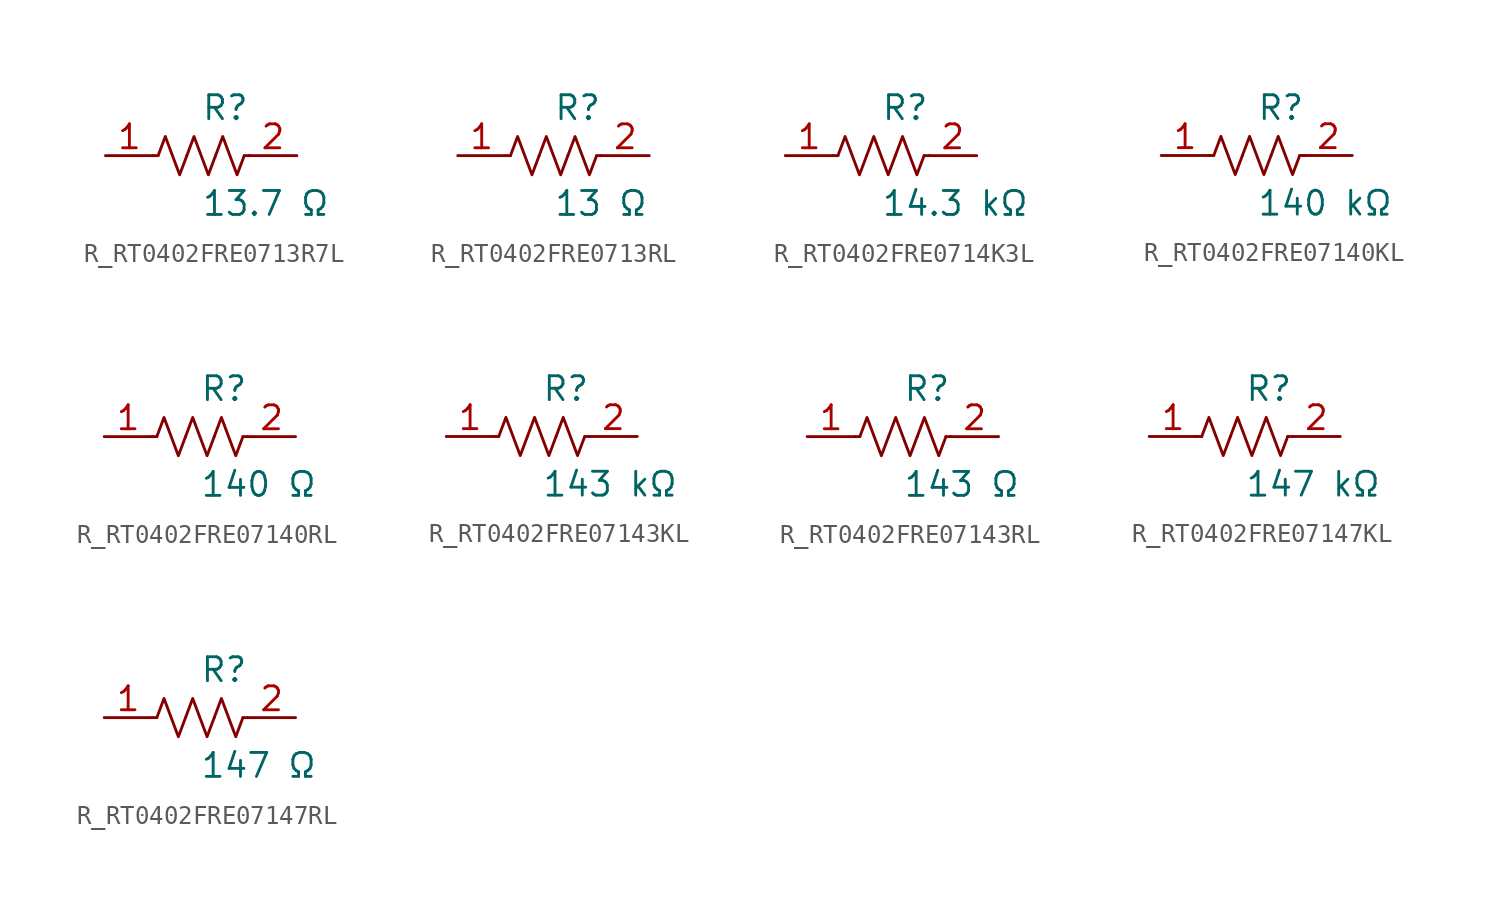
<source format=kicad_sym>
(kicad_symbol_lib
  (version 20231120)
  (generator kicad_symbol_editor)
  (generator_version 8.0)
  (symbol "R_RT0402FRE0713R7L"
    (pin_names
      (offset 0.254))
    (property "Reference" "R"
      (at 0.0 2.54 0)
      (effects (font (size 1.27 1.27)) (justify left)))
    (property "Value" "13.7 Ω"
      (at 0.0 -2.54 0)
      (effects (font (size 1.27 1.27)) (justify left)))
    (symbol "R_RT0402FRE0713R7L_0_1"
      (polyline (pts (xy 2.286 0) (xy 2.54 0)) (stroke (width 0) (type default)) (fill (type none)))
      (polyline (pts (xy -2.286 0) (xy -2.54 0)) (stroke (width 0) (type default)) (fill (type none)))
      (polyline (pts (xy 0.762 0) (xy 1.143 1.016) (xy 1.524 0) (xy 1.905 -1.016) (xy 2.286 0)) (stroke (width 0) (type default)) (fill (type none)))
      (polyline (pts (xy -0.762 0) (xy -0.381 1.016) (xy 0 0) (xy 0.381 -1.016) (xy 0.762 0)) (stroke (width 0) (type default)) (fill (type none)))
      (polyline (pts (xy -2.286 0) (xy -1.905 1.016) (xy -1.524 0) (xy -1.143 -1.016) (xy -0.762 0)) (stroke (width 0) (type default)) (fill (type none))))
    (pin unspecified line
      (at -5.08 0 0)
      (length 2.54)
      (name "" (effects (font (size 1.27 1.27))))
      (number "1" (effects (font (size 1.27 1.27)))))
    (pin unspecified line
      (at 5.08 0 180)
      (length 2.54)
      (name "" (effects (font (size 1.27 1.27))))
      (number "2" (effects (font (size 1.27 1.27))))))
  (symbol "R_RT0402FRE0713RL"
    (pin_names
      (offset 0.254))
    (property "Reference" "R"
      (at 0.0 2.54 0)
      (effects (font (size 1.27 1.27)) (justify left)))
    (property "Value" "13 Ω"
      (at 0.0 -2.54 0)
      (effects (font (size 1.27 1.27)) (justify left)))
    (symbol "R_RT0402FRE0713RL_0_1"
      (polyline (pts (xy 2.286 0) (xy 2.54 0)) (stroke (width 0) (type default)) (fill (type none)))
      (polyline (pts (xy -2.286 0) (xy -2.54 0)) (stroke (width 0) (type default)) (fill (type none)))
      (polyline (pts (xy 0.762 0) (xy 1.143 1.016) (xy 1.524 0) (xy 1.905 -1.016) (xy 2.286 0)) (stroke (width 0) (type default)) (fill (type none)))
      (polyline (pts (xy -0.762 0) (xy -0.381 1.016) (xy 0 0) (xy 0.381 -1.016) (xy 0.762 0)) (stroke (width 0) (type default)) (fill (type none)))
      (polyline (pts (xy -2.286 0) (xy -1.905 1.016) (xy -1.524 0) (xy -1.143 -1.016) (xy -0.762 0)) (stroke (width 0) (type default)) (fill (type none))))
    (pin unspecified line
      (at -5.08 0 0)
      (length 2.54)
      (name "" (effects (font (size 1.27 1.27))))
      (number "1" (effects (font (size 1.27 1.27)))))
    (pin unspecified line
      (at 5.08 0 180)
      (length 2.54)
      (name "" (effects (font (size 1.27 1.27))))
      (number "2" (effects (font (size 1.27 1.27))))))
  (symbol "R_RT0402FRE0714K3L"
    (pin_names
      (offset 0.254))
    (property "Reference" "R"
      (at 0.0 2.54 0)
      (effects (font (size 1.27 1.27)) (justify left)))
    (property "Value" "14.3 kΩ"
      (at 0.0 -2.54 0)
      (effects (font (size 1.27 1.27)) (justify left)))
    (symbol "R_RT0402FRE0714K3L_0_1"
      (polyline (pts (xy 2.286 0) (xy 2.54 0)) (stroke (width 0) (type default)) (fill (type none)))
      (polyline (pts (xy -2.286 0) (xy -2.54 0)) (stroke (width 0) (type default)) (fill (type none)))
      (polyline (pts (xy 0.762 0) (xy 1.143 1.016) (xy 1.524 0) (xy 1.905 -1.016) (xy 2.286 0)) (stroke (width 0) (type default)) (fill (type none)))
      (polyline (pts (xy -0.762 0) (xy -0.381 1.016) (xy 0 0) (xy 0.381 -1.016) (xy 0.762 0)) (stroke (width 0) (type default)) (fill (type none)))
      (polyline (pts (xy -2.286 0) (xy -1.905 1.016) (xy -1.524 0) (xy -1.143 -1.016) (xy -0.762 0)) (stroke (width 0) (type default)) (fill (type none))))
    (pin unspecified line
      (at -5.08 0 0)
      (length 2.54)
      (name "" (effects (font (size 1.27 1.27))))
      (number "1" (effects (font (size 1.27 1.27)))))
    (pin unspecified line
      (at 5.08 0 180)
      (length 2.54)
      (name "" (effects (font (size 1.27 1.27))))
      (number "2" (effects (font (size 1.27 1.27))))))
  (symbol "R_RT0402FRE07140KL"
    (pin_names
      (offset 0.254))
    (property "Reference" "R"
      (at 0.0 2.54 0)
      (effects (font (size 1.27 1.27)) (justify left)))
    (property "Value" "140 kΩ"
      (at 0.0 -2.54 0)
      (effects (font (size 1.27 1.27)) (justify left)))
    (symbol "R_RT0402FRE07140KL_0_1"
      (polyline (pts (xy 2.286 0) (xy 2.54 0)) (stroke (width 0) (type default)) (fill (type none)))
      (polyline (pts (xy -2.286 0) (xy -2.54 0)) (stroke (width 0) (type default)) (fill (type none)))
      (polyline (pts (xy 0.762 0) (xy 1.143 1.016) (xy 1.524 0) (xy 1.905 -1.016) (xy 2.286 0)) (stroke (width 0) (type default)) (fill (type none)))
      (polyline (pts (xy -0.762 0) (xy -0.381 1.016) (xy 0 0) (xy 0.381 -1.016) (xy 0.762 0)) (stroke (width 0) (type default)) (fill (type none)))
      (polyline (pts (xy -2.286 0) (xy -1.905 1.016) (xy -1.524 0) (xy -1.143 -1.016) (xy -0.762 0)) (stroke (width 0) (type default)) (fill (type none))))
    (pin unspecified line
      (at -5.08 0 0)
      (length 2.54)
      (name "" (effects (font (size 1.27 1.27))))
      (number "1" (effects (font (size 1.27 1.27)))))
    (pin unspecified line
      (at 5.08 0 180)
      (length 2.54)
      (name "" (effects (font (size 1.27 1.27))))
      (number "2" (effects (font (size 1.27 1.27))))))
  (symbol "R_RT0402FRE07140RL"
    (pin_names
      (offset 0.254))
    (property "Reference" "R"
      (at 0.0 2.54 0)
      (effects (font (size 1.27 1.27)) (justify left)))
    (property "Value" "140 Ω"
      (at 0.0 -2.54 0)
      (effects (font (size 1.27 1.27)) (justify left)))
    (symbol "R_RT0402FRE07140RL_0_1"
      (polyline (pts (xy 2.286 0) (xy 2.54 0)) (stroke (width 0) (type default)) (fill (type none)))
      (polyline (pts (xy -2.286 0) (xy -2.54 0)) (stroke (width 0) (type default)) (fill (type none)))
      (polyline (pts (xy 0.762 0) (xy 1.143 1.016) (xy 1.524 0) (xy 1.905 -1.016) (xy 2.286 0)) (stroke (width 0) (type default)) (fill (type none)))
      (polyline (pts (xy -0.762 0) (xy -0.381 1.016) (xy 0 0) (xy 0.381 -1.016) (xy 0.762 0)) (stroke (width 0) (type default)) (fill (type none)))
      (polyline (pts (xy -2.286 0) (xy -1.905 1.016) (xy -1.524 0) (xy -1.143 -1.016) (xy -0.762 0)) (stroke (width 0) (type default)) (fill (type none))))
    (pin unspecified line
      (at -5.08 0 0)
      (length 2.54)
      (name "" (effects (font (size 1.27 1.27))))
      (number "1" (effects (font (size 1.27 1.27)))))
    (pin unspecified line
      (at 5.08 0 180)
      (length 2.54)
      (name "" (effects (font (size 1.27 1.27))))
      (number "2" (effects (font (size 1.27 1.27))))))
  (symbol "R_RT0402FRE07143KL"
    (pin_names
      (offset 0.254))
    (property "Reference" "R"
      (at 0.0 2.54 0)
      (effects (font (size 1.27 1.27)) (justify left)))
    (property "Value" "143 kΩ"
      (at 0.0 -2.54 0)
      (effects (font (size 1.27 1.27)) (justify left)))
    (symbol "R_RT0402FRE07143KL_0_1"
      (polyline (pts (xy 2.286 0) (xy 2.54 0)) (stroke (width 0) (type default)) (fill (type none)))
      (polyline (pts (xy -2.286 0) (xy -2.54 0)) (stroke (width 0) (type default)) (fill (type none)))
      (polyline (pts (xy 0.762 0) (xy 1.143 1.016) (xy 1.524 0) (xy 1.905 -1.016) (xy 2.286 0)) (stroke (width 0) (type default)) (fill (type none)))
      (polyline (pts (xy -0.762 0) (xy -0.381 1.016) (xy 0 0) (xy 0.381 -1.016) (xy 0.762 0)) (stroke (width 0) (type default)) (fill (type none)))
      (polyline (pts (xy -2.286 0) (xy -1.905 1.016) (xy -1.524 0) (xy -1.143 -1.016) (xy -0.762 0)) (stroke (width 0) (type default)) (fill (type none))))
    (pin unspecified line
      (at -5.08 0 0)
      (length 2.54)
      (name "" (effects (font (size 1.27 1.27))))
      (number "1" (effects (font (size 1.27 1.27)))))
    (pin unspecified line
      (at 5.08 0 180)
      (length 2.54)
      (name "" (effects (font (size 1.27 1.27))))
      (number "2" (effects (font (size 1.27 1.27))))))
  (symbol "R_RT0402FRE07143RL"
    (pin_names
      (offset 0.254))
    (property "Reference" "R"
      (at 0.0 2.54 0)
      (effects (font (size 1.27 1.27)) (justify left)))
    (property "Value" "143 Ω"
      (at 0.0 -2.54 0)
      (effects (font (size 1.27 1.27)) (justify left)))
    (symbol "R_RT0402FRE07143RL_0_1"
      (polyline (pts (xy 2.286 0) (xy 2.54 0)) (stroke (width 0) (type default)) (fill (type none)))
      (polyline (pts (xy -2.286 0) (xy -2.54 0)) (stroke (width 0) (type default)) (fill (type none)))
      (polyline (pts (xy 0.762 0) (xy 1.143 1.016) (xy 1.524 0) (xy 1.905 -1.016) (xy 2.286 0)) (stroke (width 0) (type default)) (fill (type none)))
      (polyline (pts (xy -0.762 0) (xy -0.381 1.016) (xy 0 0) (xy 0.381 -1.016) (xy 0.762 0)) (stroke (width 0) (type default)) (fill (type none)))
      (polyline (pts (xy -2.286 0) (xy -1.905 1.016) (xy -1.524 0) (xy -1.143 -1.016) (xy -0.762 0)) (stroke (width 0) (type default)) (fill (type none))))
    (pin unspecified line
      (at -5.08 0 0)
      (length 2.54)
      (name "" (effects (font (size 1.27 1.27))))
      (number "1" (effects (font (size 1.27 1.27)))))
    (pin unspecified line
      (at 5.08 0 180)
      (length 2.54)
      (name "" (effects (font (size 1.27 1.27))))
      (number "2" (effects (font (size 1.27 1.27))))))
  (symbol "R_RT0402FRE07147KL"
    (pin_names
      (offset 0.254))
    (property "Reference" "R"
      (at 0.0 2.54 0)
      (effects (font (size 1.27 1.27)) (justify left)))
    (property "Value" "147 kΩ"
      (at 0.0 -2.54 0)
      (effects (font (size 1.27 1.27)) (justify left)))
    (symbol "R_RT0402FRE07147KL_0_1"
      (polyline (pts (xy 2.286 0) (xy 2.54 0)) (stroke (width 0) (type default)) (fill (type none)))
      (polyline (pts (xy -2.286 0) (xy -2.54 0)) (stroke (width 0) (type default)) (fill (type none)))
      (polyline (pts (xy 0.762 0) (xy 1.143 1.016) (xy 1.524 0) (xy 1.905 -1.016) (xy 2.286 0)) (stroke (width 0) (type default)) (fill (type none)))
      (polyline (pts (xy -0.762 0) (xy -0.381 1.016) (xy 0 0) (xy 0.381 -1.016) (xy 0.762 0)) (stroke (width 0) (type default)) (fill (type none)))
      (polyline (pts (xy -2.286 0) (xy -1.905 1.016) (xy -1.524 0) (xy -1.143 -1.016) (xy -0.762 0)) (stroke (width 0) (type default)) (fill (type none))))
    (pin unspecified line
      (at -5.08 0 0)
      (length 2.54)
      (name "" (effects (font (size 1.27 1.27))))
      (number "1" (effects (font (size 1.27 1.27)))))
    (pin unspecified line
      (at 5.08 0 180)
      (length 2.54)
      (name "" (effects (font (size 1.27 1.27))))
      (number "2" (effects (font (size 1.27 1.27))))))
  (symbol "R_RT0402FRE07147RL"
    (pin_names
      (offset 0.254))
    (property "Reference" "R"
      (at 0.0 2.54 0)
      (effects (font (size 1.27 1.27)) (justify left)))
    (property "Value" "147 Ω"
      (at 0.0 -2.54 0)
      (effects (font (size 1.27 1.27)) (justify left)))
    (symbol "R_RT0402FRE07147RL_0_1"
      (polyline (pts (xy 2.286 0) (xy 2.54 0)) (stroke (width 0) (type default)) (fill (type none)))
      (polyline (pts (xy -2.286 0) (xy -2.54 0)) (stroke (width 0) (type default)) (fill (type none)))
      (polyline (pts (xy 0.762 0) (xy 1.143 1.016) (xy 1.524 0) (xy 1.905 -1.016) (xy 2.286 0)) (stroke (width 0) (type default)) (fill (type none)))
      (polyline (pts (xy -0.762 0) (xy -0.381 1.016) (xy 0 0) (xy 0.381 -1.016) (xy 0.762 0)) (stroke (width 0) (type default)) (fill (type none)))
      (polyline (pts (xy -2.286 0) (xy -1.905 1.016) (xy -1.524 0) (xy -1.143 -1.016) (xy -0.762 0)) (stroke (width 0) (type default)) (fill (type none))))
    (pin unspecified line
      (at -5.08 0 0)
      (length 2.54)
      (name "" (effects (font (size 1.27 1.27))))
      (number "1" (effects (font (size 1.27 1.27)))))
    (pin unspecified line
      (at 5.08 0 180)
      (length 2.54)
      (name "" (effects (font (size 1.27 1.27))))
      (number "2" (effects (font (size 1.27 1.27)))))))
</source>
